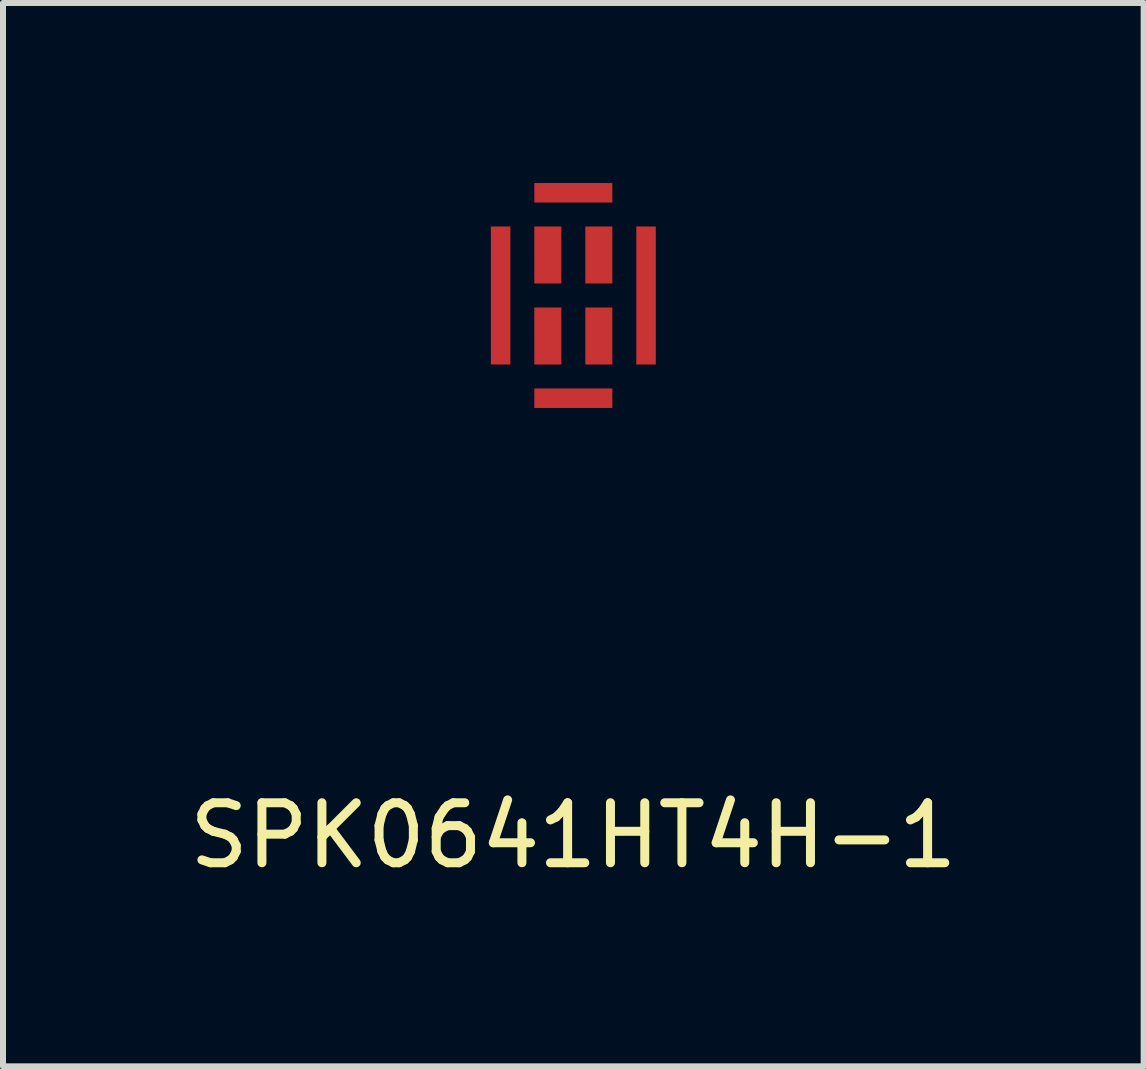
<source format=kicad_pcb>
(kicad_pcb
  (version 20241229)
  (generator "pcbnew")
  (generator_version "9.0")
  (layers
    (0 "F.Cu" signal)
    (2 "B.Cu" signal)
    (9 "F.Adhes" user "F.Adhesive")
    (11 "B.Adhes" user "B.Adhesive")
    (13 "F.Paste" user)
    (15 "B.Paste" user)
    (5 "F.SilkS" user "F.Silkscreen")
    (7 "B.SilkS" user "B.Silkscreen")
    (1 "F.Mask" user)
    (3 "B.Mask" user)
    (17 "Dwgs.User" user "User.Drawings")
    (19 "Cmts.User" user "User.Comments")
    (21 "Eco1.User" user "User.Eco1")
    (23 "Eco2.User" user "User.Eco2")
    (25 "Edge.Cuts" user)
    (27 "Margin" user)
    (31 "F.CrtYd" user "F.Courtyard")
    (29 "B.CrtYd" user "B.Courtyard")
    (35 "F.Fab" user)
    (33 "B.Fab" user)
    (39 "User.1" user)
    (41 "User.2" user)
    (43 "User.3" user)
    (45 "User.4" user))
  (footprint "SPK0641HT4H-1"
    (layer "F.Cu")
    (at 6.506 1.875)
    (property "Reference" "SPK0641HT4H-1" (at 0 9 0) (layer "F.SilkS") (effects (font (size 1 1) (thickness 0.15))))
    (attr through_hole)
    (pad "1" smd rect (at -0.425 0.675) (size 0.45 0.95) (layers "F.Cu" "F.Mask" "F.Paste"))
    (pad "2" smd rect (at -0.425 -0.675) (size 0.45 0.95) (layers "F.Cu" "F.Mask" "F.Paste"))
    (pad "3" smd rect (at 0.425 -0.675) (size 0.45 0.95) (layers "F.Cu" "F.Mask" "F.Paste"))
    (pad "4" smd rect (at 0.425 0.675) (size 0.45 0.95) (layers "F.Cu" "F.Mask" "F.Paste"))
    (pad "5" smd rect (at 0 1.712 180) (size 1.3 0.325) (layers "F.Cu" "F.Mask" "F.Paste"))
    (pad "6" smd rect (at -1.212 0) (size 0.325 2.3) (layers "F.Cu" "F.Mask" "F.Paste"))
    (pad "7" smd rect (at 0 -1.712 180) (size 1.3 0.325) (layers "F.Cu" "F.Mask" "F.Paste"))
    (pad "8" smd rect (at 1.212 0) (size 0.325 2.3) (layers "F.Cu" "F.Mask" "F.Paste")))
  (gr_rect
    (start -3 -3)
    (end 16.012 14.723)
    (stroke (width 0.1) (type default))
    (fill no)
    (layer "Edge.Cuts")))
</source>
